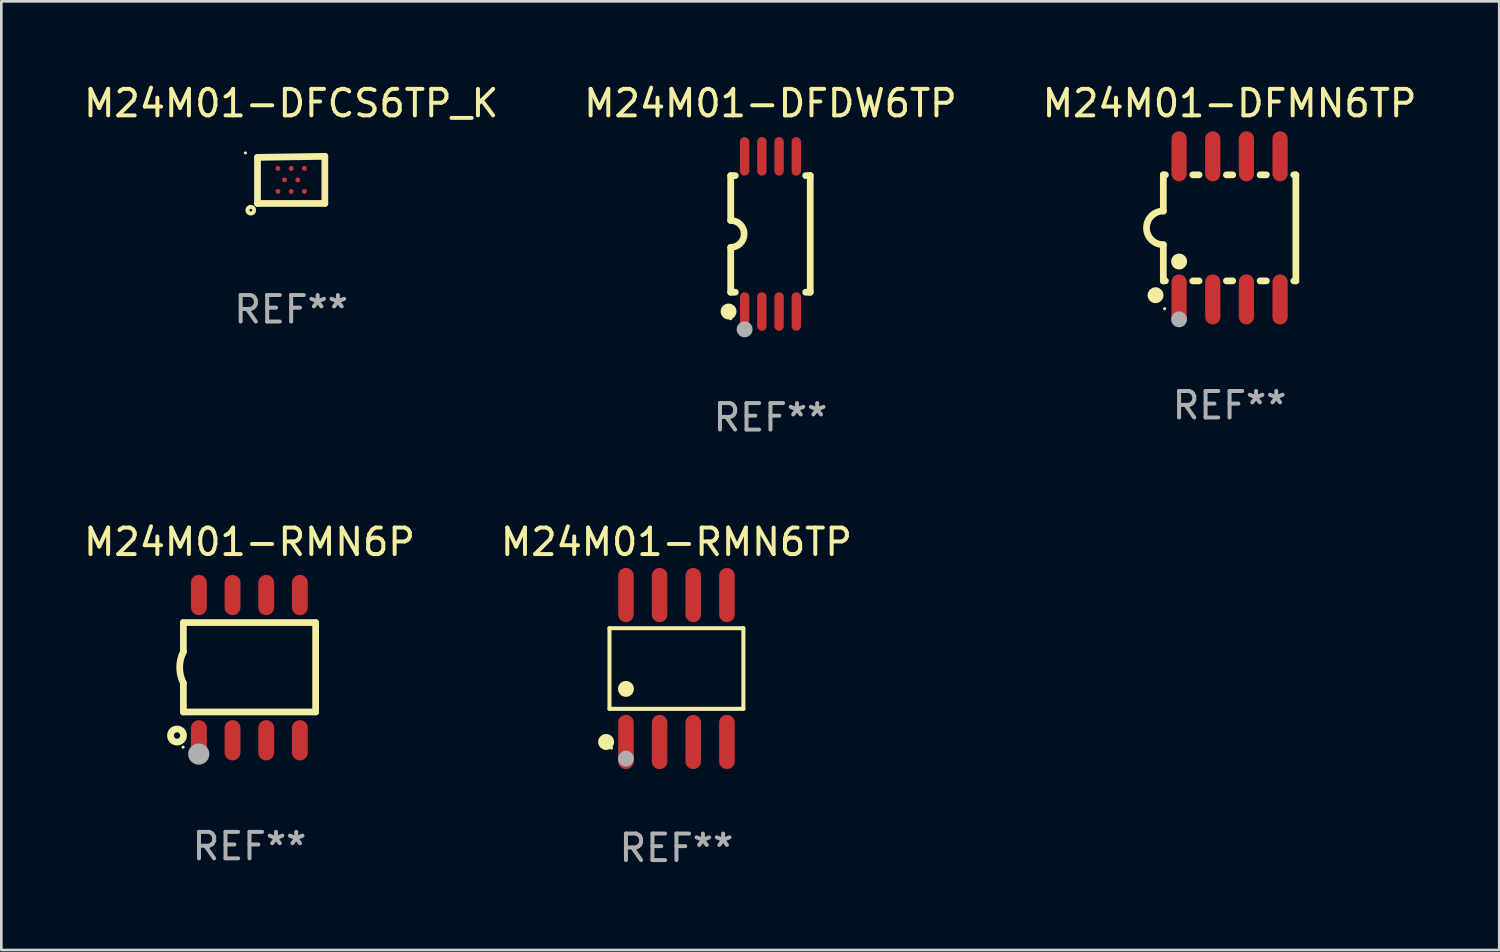
<source format=kicad_pcb>
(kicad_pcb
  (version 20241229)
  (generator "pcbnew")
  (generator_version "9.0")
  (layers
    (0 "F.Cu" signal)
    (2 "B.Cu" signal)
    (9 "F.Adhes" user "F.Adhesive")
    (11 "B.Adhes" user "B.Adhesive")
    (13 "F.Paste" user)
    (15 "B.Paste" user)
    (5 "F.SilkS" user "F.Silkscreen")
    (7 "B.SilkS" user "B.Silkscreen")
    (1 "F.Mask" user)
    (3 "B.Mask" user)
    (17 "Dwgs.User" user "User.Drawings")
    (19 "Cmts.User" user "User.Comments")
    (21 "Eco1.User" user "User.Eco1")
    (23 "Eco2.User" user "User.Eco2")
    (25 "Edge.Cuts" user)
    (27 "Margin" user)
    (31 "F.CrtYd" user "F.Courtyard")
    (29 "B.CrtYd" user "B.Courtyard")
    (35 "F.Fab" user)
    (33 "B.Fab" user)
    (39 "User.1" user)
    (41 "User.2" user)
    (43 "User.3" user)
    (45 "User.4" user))
  (footprint "M24M01-DFCS6TP_K"
    (layer "F.Cu")
    (at 7.935 3.737)
    (property "Reference" "M24M01-DFCS6TP_K" (at 0 -2.889 0) (layer "F.SilkS") (effects (font (size 1 1) (thickness 0.15))))
    (attr through_hole)
    (fp_line (start -1.27 -0.85) (end -1.27 0.889) (stroke (width 0.254) (type solid)) (layer "F.SilkS"))
    (fp_line (start -1.27 0.889) (end 1.27 0.889) (stroke (width 0.254) (type solid)) (layer "F.SilkS"))
    (fp_line (start 1.27 -0.889) (end -1.27 -0.85) (stroke (width 0.254) (type solid)) (layer "F.SilkS"))
    (fp_line (start 1.27 0.889) (end 1.27 -0.889) (stroke (width 0.254) (type solid)) (layer "F.SilkS"))
    (fp_circle (center -1.726 -1.016) (end -1.696 -1.016) (stroke (width 0.06) (type solid)) (fill no) (layer "F.SilkS"))
    (fp_circle (center -1.524 1.143) (end -1.397 1.143) (stroke (width 0.15) (type solid)) (fill no) (layer "F.SilkS"))
    (fp_text user "REF**" (at 0 4.889 0) (layer "F.Fab") (effects (font (size 1 1) (thickness 0.15))))
    (pad "A1" smd circle (at -0.5 0.433) (size 0.185 0.185) (layers "F.Cu" "F.Mask" "F.Paste"))
    (pad "A3" smd circle (at 0.000127 0.433) (size 0.185 0.185) (layers "F.Cu" "F.Mask" "F.Paste"))
    (pad "A5" smd circle (at 0.5 0.433) (size 0.185 0.185) (layers "F.Cu" "F.Mask" "F.Paste"))
    (pad "B2" smd circle (at -0.25 -0.000127) (size 0.185 0.185) (layers "F.Cu" "F.Mask" "F.Paste"))
    (pad "B4" smd circle (at 0.25 -0.000127) (size 0.185 0.185) (layers "F.Cu" "F.Mask" "F.Paste"))
    (pad "C1" smd circle (at -0.5 -0.433) (size 0.185 0.185) (layers "F.Cu" "F.Mask" "F.Paste"))
    (pad "C3" smd circle (at 0.000127 -0.433) (size 0.185 0.185) (layers "F.Cu" "F.Mask" "F.Paste"))
    (pad "C5" smd circle (at 0.5 -0.433) (size 0.185 0.185) (layers "F.Cu" "F.Mask" "F.Paste")))
  (footprint "M24M01-RMN6P"
    (layer "F.Cu")
    (at 6.363 22.139)
    (property "Reference" "M24M01-RMN6P" (at 0 -4.74 0) (layer "F.SilkS") (effects (font (size 1 1) (thickness 0.15))))
    (attr through_hole)
    (fp_line (start -2.495 -1.7) (end 2.495 -1.7) (stroke (width 0.254) (type solid)) (layer "F.SilkS"))
    (fp_line (start -2.495 -0.6) (end -2.495 -1.7) (stroke (width 0.254) (type solid)) (layer "F.SilkS"))
    (fp_line (start -2.495 1.671) (end -2.495 0.58) (stroke (width 0.254) (type solid)) (layer "F.SilkS"))
    (fp_line (start 2.495 -1.7) (end 2.495 1.671) (stroke (width 0.254) (type solid)) (layer "F.SilkS"))
    (fp_line (start 2.495 1.671) (end -2.495 1.671) (stroke (width 0.254) (type solid)) (layer "F.SilkS"))
    (fp_arc (start -2.495009 0.58001) (mid -2.634112 -0.009995) (end -2.495009 -0.6) (stroke (width 0.254001) (type solid)) (layer "F.SilkS"))
    (fp_circle (center -2.735 2.56) (end -2.615 2.56) (stroke (width 0.254) (type solid)) (fill no) (layer "F.SilkS"))
    (fp_circle (center -2.505 3) (end -2.475 3) (stroke (width 0.06) (type solid)) (fill no) (layer "F.SilkS"))
    (fp_circle (center -1.915 3.26) (end -1.715 3.26) (stroke (width 0.4) (type solid)) (fill no) (layer "F.Fab"))
    (fp_text user "REF**" (at 0 6.74 0) (layer "F.Fab") (effects (font (size 1 1) (thickness 0.15))))
    (pad "1" smd oval (at -1.91 2.74) (size 0.6 1.52) (layers "F.Cu" "F.Mask" "F.Paste"))
    (pad "2" smd oval (at -0.64 2.74) (size 0.6 1.52) (layers "F.Cu" "F.Mask" "F.Paste"))
    (pad "3" smd oval (at 0.63 2.74) (size 0.6 1.52) (layers "F.Cu" "F.Mask" "F.Paste"))
    (pad "4" smd oval (at 1.9 2.74) (size 0.6 1.52) (layers "F.Cu" "F.Mask" "F.Paste"))
    (pad "5" smd oval (at 1.9 -2.74) (size 0.6 1.52) (layers "F.Cu" "F.Mask" "F.Paste"))
    (pad "6" smd oval (at 0.63 -2.74) (size 0.6 1.52) (layers "F.Cu" "F.Mask" "F.Paste"))
    (pad "7" smd oval (at -0.64 -2.74) (size 0.6 1.52) (layers "F.Cu" "F.Mask" "F.Paste"))
    (pad "8" smd oval (at -1.91 -2.74) (size 0.6 1.52) (layers "F.Cu" "F.Mask" "F.Paste")))
  (footprint "M24M01-RMN6TP"
    (layer "F.Cu")
    (at 22.47 22.171)
    (property "Reference" "M24M01-RMN6TP" (at 0 -4.772 0) (layer "F.SilkS") (effects (font (size 1 1) (thickness 0.15))))
    (attr through_hole)
    (fp_line (start -2.526 -1.521) (end 2.526 -1.521) (stroke (width 0.152) (type solid)) (layer "F.SilkS"))
    (fp_line (start -2.526 1.521) (end -2.526 -1.521) (stroke (width 0.152) (type solid)) (layer "F.SilkS"))
    (fp_line (start 2.526 -1.521) (end 2.526 1.521) (stroke (width 0.152) (type solid)) (layer "F.SilkS"))
    (fp_line (start 2.526 1.521) (end -2.526 1.521) (stroke (width 0.152) (type solid)) (layer "F.SilkS"))
    (fp_circle (center -2.652 2.772) (end -2.501 2.772) (stroke (width 0.3) (type solid)) (fill no) (layer "F.SilkS"))
    (fp_circle (center -2.45 3) (end -2.42 3) (stroke (width 0.06) (type solid)) (fill no) (layer "F.SilkS"))
    (fp_circle (center -1.905 0.769) (end -1.755 0.769) (stroke (width 0.3) (type solid)) (fill no) (layer "F.SilkS"))
    (fp_circle (center -1.905 3.4) (end -1.755 3.4) (stroke (width 0.3) (type solid)) (fill no) (layer "F.Fab"))
    (fp_text user "REF**" (at 0 6.772 0) (layer "F.Fab") (effects (font (size 1 1) (thickness 0.15))))
    (pad "1" smd oval (at -1.905 2.772) (size 0.588 2.045) (layers "F.Cu" "F.Mask" "F.Paste"))
    (pad "2" smd oval (at -0.635 2.772) (size 0.588 2.045) (layers "F.Cu" "F.Mask" "F.Paste"))
    (pad "3" smd oval (at 0.635 2.772) (size 0.588 2.045) (layers "F.Cu" "F.Mask" "F.Paste"))
    (pad "4" smd oval (at 1.905 2.772) (size 0.588 2.045) (layers "F.Cu" "F.Mask" "F.Paste"))
    (pad "5" smd oval (at 1.905 -2.772) (size 0.588 2.045) (layers "F.Cu" "F.Mask" "F.Paste"))
    (pad "6" smd oval (at 0.635 -2.772) (size 0.588 2.045) (layers "F.Cu" "F.Mask" "F.Paste"))
    (pad "7" smd oval (at -0.635 -2.772) (size 0.588 2.045) (layers "F.Cu" "F.Mask" "F.Paste"))
    (pad "8" smd oval (at -1.905 -2.772) (size 0.588 2.045) (layers "F.Cu" "F.Mask" "F.Paste")))
  (footprint "M24M01-DFMN6TP"
    (layer "F.Cu")
    (at 43.339 5.547)
    (property "Reference" "M24M01-DFMN6TP" (at 0 -4.699 0) (layer "F.SilkS") (effects (font (size 1 1) (thickness 0.15))))
    (attr through_hole)
    (fp_line (start -2.5 -2) (end -2.5 -0.635) (stroke (width 0.254) (type solid)) (layer "F.SilkS"))
    (fp_line (start -2.5 -2) (end -2.421 -2) (stroke (width 0.254) (type solid)) (layer "F.SilkS"))
    (fp_line (start -2.5 2) (end -2.5 0.635) (stroke (width 0.254) (type solid)) (layer "F.SilkS"))
    (fp_line (start -2.5 2) (end -2.421 2) (stroke (width 0.254) (type solid)) (layer "F.SilkS"))
    (fp_line (start -1.389 -2) (end -1.151 -2) (stroke (width 0.254) (type solid)) (layer "F.SilkS"))
    (fp_line (start -1.389 2) (end -1.151 2) (stroke (width 0.254) (type solid)) (layer "F.SilkS"))
    (fp_line (start -0.119 -2) (end 0.119 -2) (stroke (width 0.254) (type solid)) (layer "F.SilkS"))
    (fp_line (start -0.119 2) (end 0.119 2) (stroke (width 0.254) (type solid)) (layer "F.SilkS"))
    (fp_line (start 1.151 -2) (end 1.389 -2) (stroke (width 0.254) (type solid)) (layer "F.SilkS"))
    (fp_line (start 1.151 2) (end 1.389 2) (stroke (width 0.254) (type solid)) (layer "F.SilkS"))
    (fp_line (start 2.421 -2) (end 2.5 -2) (stroke (width 0.254) (type solid)) (layer "F.SilkS"))
    (fp_line (start 2.421 2) (end 2.5 2) (stroke (width 0.254) (type solid)) (layer "F.SilkS"))
    (fp_line (start 2.5 -2) (end 2.5 2) (stroke (width 0.254) (type solid)) (layer "F.SilkS"))
    (fp_arc (start -2.5 0.635001) (mid -3.134366 -0.000318) (end -2.499365 -0.635001) (stroke (width 0.254001) (type solid)) (layer "F.SilkS"))
    (fp_circle (center -2.794 2.54) (end -2.644 2.54) (stroke (width 0.3) (type solid)) (fill no) (layer "F.SilkS"))
    (fp_circle (center -2.45 3.05) (end -2.42 3.05) (stroke (width 0.06) (type solid)) (fill no) (layer "F.SilkS"))
    (fp_circle (center -1.905 1.27) (end -1.755 1.27) (stroke (width 0.3) (type solid)) (fill no) (layer "F.SilkS"))
    (fp_circle (center -1.905 3.45) (end -1.755 3.45) (stroke (width 0.3) (type solid)) (fill no) (layer "F.Fab"))
    (fp_text user "REF**" (at 0 6.699 0) (layer "F.Fab") (effects (font (size 1 1) (thickness 0.15))))
    (pad "1" smd oval (at -1.905 2.699) (size 0.574 1.888) (layers "F.Cu" "F.Mask" "F.Paste"))
    (pad "2" smd oval (at -0.635 2.699) (size 0.574 1.888) (layers "F.Cu" "F.Mask" "F.Paste"))
    (pad "3" smd oval (at 0.635 2.699) (size 0.574 1.888) (layers "F.Cu" "F.Mask" "F.Paste"))
    (pad "4" smd oval (at 1.905 2.699) (size 0.574 1.888) (layers "F.Cu" "F.Mask" "F.Paste"))
    (pad "5" smd oval (at 1.905 -2.699) (size 0.574 1.888) (layers "F.Cu" "F.Mask" "F.Paste"))
    (pad "6" smd oval (at 0.635 -2.699) (size 0.574 1.888) (layers "F.Cu" "F.Mask" "F.Paste"))
    (pad "7" smd oval (at -0.635 -2.699) (size 0.574 1.888) (layers "F.Cu" "F.Mask" "F.Paste"))
    (pad "8" smd oval (at -1.905 -2.699) (size 0.574 1.888) (layers "F.Cu" "F.Mask" "F.Paste")))
  (footprint "M24M01-DFDW6TP"
    (layer "F.Cu")
    (at 26.018 5.775)
    (property "Reference" "M24M01-DFDW6TP" (at 0 -4.927 0) (layer "F.SilkS") (effects (font (size 1 1) (thickness 0.15))))
    (attr through_hole)
    (fp_line (start -1.5 -2.2) (end -1.5 -0.508) (stroke (width 0.254) (type solid)) (layer "F.SilkS"))
    (fp_line (start -1.5 -2.2) (end -1.328 -2.2) (stroke (width 0.254) (type solid)) (layer "F.SilkS"))
    (fp_line (start -1.5 2.2) (end -1.5 0.508) (stroke (width 0.254) (type solid)) (layer "F.SilkS"))
    (fp_line (start -1.5 2.2) (end -1.328 2.2) (stroke (width 0.254) (type solid)) (layer "F.SilkS"))
    (fp_line (start 1.328 -2.2) (end 1.5 -2.2) (stroke (width 0.254) (type solid)) (layer "F.SilkS"))
    (fp_line (start 1.328 2.2) (end 1.5 2.2) (stroke (width 0.254) (type solid)) (layer "F.SilkS"))
    (fp_line (start 1.5 -2.2) (end 1.5 2.2) (stroke (width 0.254) (type solid)) (layer "F.SilkS"))
    (fp_arc (start -1.501144 -0.508) (mid -0.993143 -0.000571) (end -1.5 0.508001) (stroke (width 0.254001) (type solid)) (layer "F.SilkS"))
    (fp_circle (center -1.581 2.927) (end -1.431 2.927) (stroke (width 0.3) (type solid)) (fill no) (layer "F.SilkS"))
    (fp_circle (center -1.5 3.2) (end -1.47 3.2) (stroke (width 0.06) (type solid)) (fill no) (layer "F.SilkS"))
    (fp_circle (center -0.975 3.6) (end -0.825 3.6) (stroke (width 0.3) (type solid)) (fill no) (layer "F.Fab"))
    (fp_text user "REF**" (at 0 6.927 0) (layer "F.Fab") (effects (font (size 1 1) (thickness 0.15))))
    (pad "1" smd oval (at -0.975 2.927) (size 0.353 1.454) (layers "F.Cu" "F.Mask" "F.Paste"))
    (pad "2" smd oval (at -0.325 2.927) (size 0.353 1.454) (layers "F.Cu" "F.Mask" "F.Paste"))
    (pad "3" smd oval (at 0.325 2.927) (size 0.353 1.454) (layers "F.Cu" "F.Mask" "F.Paste"))
    (pad "4" smd oval (at 0.975 2.927) (size 0.353 1.454) (layers "F.Cu" "F.Mask" "F.Paste"))
    (pad "5" smd oval (at 0.975 -2.927) (size 0.353 1.454) (layers "F.Cu" "F.Mask" "F.Paste"))
    (pad "6" smd oval (at 0.325 -2.927) (size 0.353 1.454) (layers "F.Cu" "F.Mask" "F.Paste"))
    (pad "7" smd oval (at -0.325 -2.927) (size 0.353 1.454) (layers "F.Cu" "F.Mask" "F.Paste"))
    (pad "8" smd oval (at -0.975 -2.927) (size 0.353 1.454) (layers "F.Cu" "F.Mask" "F.Paste")))
  (gr_rect
    (start -3 -3)
    (end 53.512 32.792)
    (stroke (width 0.1) (type default))
    (fill no)
    (layer "Edge.Cuts")))
</source>
